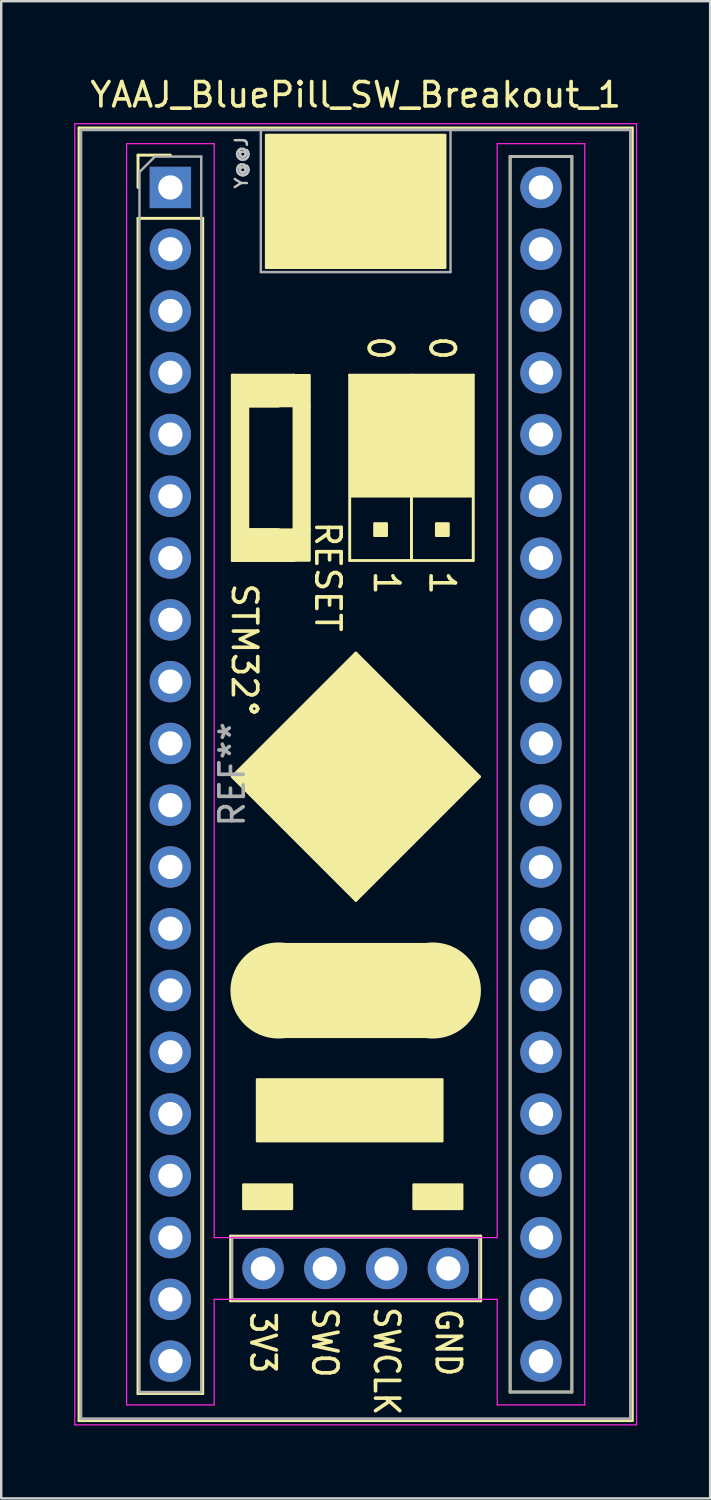
<source format=kicad_pcb>
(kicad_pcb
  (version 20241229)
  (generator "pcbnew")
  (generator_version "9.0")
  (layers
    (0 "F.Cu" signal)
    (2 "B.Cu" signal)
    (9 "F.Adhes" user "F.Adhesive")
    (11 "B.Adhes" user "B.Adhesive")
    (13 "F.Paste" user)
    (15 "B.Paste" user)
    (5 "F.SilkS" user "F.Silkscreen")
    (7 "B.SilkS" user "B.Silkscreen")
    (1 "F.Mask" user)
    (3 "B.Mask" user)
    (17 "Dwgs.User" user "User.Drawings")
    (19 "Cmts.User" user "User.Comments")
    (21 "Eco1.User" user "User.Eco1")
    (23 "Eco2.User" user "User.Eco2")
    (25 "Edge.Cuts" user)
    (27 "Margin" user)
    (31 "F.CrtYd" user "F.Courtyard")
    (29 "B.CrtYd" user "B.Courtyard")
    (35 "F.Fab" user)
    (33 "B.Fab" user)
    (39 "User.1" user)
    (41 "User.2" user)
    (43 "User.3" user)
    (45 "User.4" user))
  (footprint "YAAJ_BluePill_SW_Breakout_1"
    (layer "F.Cu")
    (at 3.955 4.658)
    (property "Reference" "YAAJ_BluePill_SW_Breakout_1" (at 7.62 -3.81 0) (layer "F.SilkS") (effects (font (size 1 1) (thickness 0.15))))
    (attr through_hole)
    (fp_line (start -3.755 -2.445) (end 18.995 -2.445) (stroke (width 0.12) (type solid)) (layer "F.SilkS"))
    (fp_line (start -3.755 50.705) (end -3.755 -2.445) (stroke (width 0.12) (type solid)) (layer "F.SilkS"))
    (fp_line (start -1.33 -1.33) (end 0 -1.33) (stroke (width 0.12) (type solid)) (layer "F.SilkS"))
    (fp_line (start -1.33 0) (end -1.33 -1.33) (stroke (width 0.12) (type solid)) (layer "F.SilkS"))
    (fp_line (start -1.33 1.27) (end 1.33 1.27) (stroke (width 0.12) (type solid)) (layer "F.SilkS"))
    (fp_line (start -1.33 49.59) (end -1.33 1.27) (stroke (width 0.12) (type solid)) (layer "F.SilkS"))
    (fp_line (start 1.33 1.27) (end 1.33 49.59) (stroke (width 0.12) (type solid)) (layer "F.SilkS"))
    (fp_line (start 1.33 49.59) (end -1.33 49.59) (stroke (width 0.12) (type solid)) (layer "F.SilkS"))
    (fp_line (start 2.48 43.12) (end 2.48 45.78) (stroke (width 0.12) (type solid)) (layer "F.SilkS"))
    (fp_line (start 2.48 45.78) (end 12.76 45.78) (stroke (width 0.12) (type solid)) (layer "F.SilkS"))
    (fp_line (start 2.548 7.719) (end 5.088 7.719) (stroke (width 0.12) (type solid)) (layer "F.SilkS"))
    (fp_line (start 2.548 15.339) (end 2.548 7.719) (stroke (width 0.12) (type solid)) (layer "F.SilkS"))
    (fp_line (start 2.548 24.229) (end 7.628 19.149) (stroke (width 0.12) (type solid)) (layer "F.SilkS"))
    (fp_line (start 3.183 8.989) (end 4.453 8.989) (stroke (width 0.12) (type solid)) (layer "F.SilkS"))
    (fp_line (start 3.183 14.069) (end 3.183 8.989) (stroke (width 0.12) (type solid)) (layer "F.SilkS"))
    (fp_line (start 4.135 2.004) (end 11.12 2.004) (stroke (width 0.12) (type solid)) (layer "F.SilkS"))
    (fp_line (start 4.453 14.069) (end 3.183 14.069) (stroke (width 0.12) (type solid)) (layer "F.SilkS"))
    (fp_line (start 5.088 7.719) (end 5.088 15.339) (stroke (width 0.12) (type solid)) (layer "F.SilkS"))
    (fp_line (start 5.088 15.339) (end 2.548 15.339) (stroke (width 0.12) (type solid)) (layer "F.SilkS"))
    (fp_line (start 7.374 7.719) (end 7.374 15.339) (stroke (width 0.12) (type solid)) (layer "F.SilkS"))
    (fp_line (start 7.374 15.339) (end 12.454 15.339) (stroke (width 0.12) (type solid)) (layer "F.SilkS"))
    (fp_line (start 7.628 19.149) (end 12.708 24.229) (stroke (width 0.12) (type solid)) (layer "F.SilkS"))
    (fp_line (start 7.628 29.309) (end 2.548 24.229) (stroke (width 0.12) (type solid)) (layer "F.SilkS"))
    (fp_line (start 9.914 7.719) (end 9.914 15.339) (stroke (width 0.12) (type solid)) (layer "F.SilkS"))
    (fp_line (start 12.454 7.719) (end 7.374 7.719) (stroke (width 0.12) (type solid)) (layer "F.SilkS"))
    (fp_line (start 12.454 15.339) (end 12.454 7.719) (stroke (width 0.12) (type solid)) (layer "F.SilkS"))
    (fp_line (start 12.708 24.229) (end 7.628 29.309) (stroke (width 0.12) (type solid)) (layer "F.SilkS"))
    (fp_line (start 12.76 43.12) (end 2.48 43.12) (stroke (width 0.12) (type solid)) (layer "F.SilkS"))
    (fp_line (start 12.76 45.78) (end 12.76 43.12) (stroke (width 0.12) (type solid)) (layer "F.SilkS"))
    (fp_line (start 13.97 -1.27) (end 16.51 -1.27) (stroke (width 0.12) (type solid)) (layer "F.SilkS"))
    (fp_line (start 13.97 49.53) (end 13.97 -1.27) (stroke (width 0.12) (type solid)) (layer "F.SilkS"))
    (fp_line (start 16.51 -1.27) (end 16.51 49.53) (stroke (width 0.12) (type solid)) (layer "F.SilkS"))
    (fp_line (start 16.51 49.53) (end 13.97 49.53) (stroke (width 0.12) (type solid)) (layer "F.SilkS"))
    (fp_line (start 18.995 -2.445) (end 18.995 50.705) (stroke (width 0.12) (type solid)) (layer "F.SilkS"))
    (fp_line (start 18.995 50.705) (end -3.755 50.705) (stroke (width 0.12) (type solid)) (layer "F.SilkS"))
    (fp_circle (center 4.445 33.02) (end 4.445 34.02) (stroke (width 1.95) (type solid)) (fill no) (layer "F.SilkS"))
    (fp_circle (center 10.795 33.02) (end 10.795 34.02) (stroke (width 1.95) (type solid)) (fill no) (layer "F.SilkS"))
    (fp_poly (pts (xy 2.548 7.719) (xy 5.723 7.719) (xy 5.723 8.989) (xy 2.548 8.989)) (stroke (width 0.1) (type solid)) (fill yes) (layer "F.SilkS"))
    (fp_poly (pts (xy 2.548 8.989) (xy 3.183 8.989) (xy 3.183 14.069) (xy 2.548 14.069)) (stroke (width 0.1) (type solid)) (fill yes) (layer "F.SilkS"))
    (fp_poly (pts (xy 2.548 14.069) (xy 5.723 14.069) (xy 5.723 15.339) (xy 2.548 15.339)) (stroke (width 0.1) (type solid)) (fill yes) (layer "F.SilkS"))
    (fp_poly (pts (xy 3.564 36.675) (xy 11.184 36.675) (xy 11.184 39.215) (xy 3.564 39.215)) (stroke (width 0.1) (type solid)) (fill yes) (layer "F.SilkS"))
    (fp_poly (pts (xy 3.937 -2.159) (xy 3.937 3.302) (xy 11.303 3.302) (xy 11.303 -2.159)) (stroke (width 0.1) (type solid)) (fill yes) (layer "F.SilkS"))
    (fp_poly (pts (xy 5 42) (xy 5 41) (xy 3 41) (xy 3 42)) (stroke (width 0.1) (type solid)) (fill yes) (layer "F.SilkS"))
    (fp_poly (pts (xy 5.088 8.989) (xy 5.723 8.989) (xy 5.723 14.069) (xy 5.088 14.069)) (stroke (width 0.1) (type solid)) (fill yes) (layer "F.SilkS"))
    (fp_poly (pts (xy 7.628 19.149) (xy 2.548 24.229) (xy 7.628 29.309) (xy 12.708 24.229)) (stroke (width 0.1) (type solid)) (fill yes) (layer "F.SilkS"))
    (fp_poly (pts (xy 8.39 8.735) (xy 8.898 8.735) (xy 8.898 9.243) (xy 8.39 9.243)) (stroke (width 0.1) (type solid)) (fill yes) (layer "F.SilkS"))
    (fp_poly (pts (xy 8.39 11.275) (xy 8.898 11.275) (xy 8.898 11.783) (xy 8.39 11.783)) (stroke (width 0.1) (type solid)) (fill yes) (layer "F.SilkS"))
    (fp_poly (pts (xy 8.39 13.815) (xy 8.39 14.323) (xy 8.898 14.323) (xy 8.898 13.815)) (stroke (width 0.1) (type solid)) (fill yes) (layer "F.SilkS"))
    (fp_poly (pts (xy 10.795 31.115) (xy 10.795 34.925) (xy 4.445 34.925) (xy 4.445 31.115)) (stroke (width 0.1) (type solid)) (fill yes) (layer "F.SilkS"))
    (fp_poly (pts (xy 10.93 8.735) (xy 10.93 9.243) (xy 11.438 9.243) (xy 11.438 8.735)) (stroke (width 0.1) (type solid)) (fill yes) (layer "F.SilkS"))
    (fp_poly (pts (xy 10.93 11.275) (xy 11.438 11.275) (xy 11.438 11.783) (xy 10.93 11.783)) (stroke (width 0.1) (type solid)) (fill yes) (layer "F.SilkS"))
    (fp_poly (pts (xy 10.93 13.815) (xy 11.438 13.815) (xy 11.438 14.323) (xy 10.93 14.323)) (stroke (width 0.1) (type solid)) (fill yes) (layer "F.SilkS"))
    (fp_poly (pts (xy 12 41) (xy 10 41) (xy 10 42) (xy 12 42)) (stroke (width 0.1) (type solid)) (fill yes) (layer "F.SilkS"))
    (fp_poly (pts (xy 12.4 7.8) (xy 12.4 12.7) (xy 7.4 12.7) (xy 7.4 7.8)) (stroke (width 0.1) (type solid)) (fill yes) (layer "F.SilkS"))
    (fp_line (start -3.93 -2.62) (end 19.17 -2.62) (stroke (width 0.05) (type solid)) (layer "F.CrtYd"))
    (fp_line (start -3.93 50.88) (end -3.93 -2.62) (stroke (width 0.05) (type solid)) (layer "F.CrtYd"))
    (fp_line (start -1.8 -1.8) (end -1.8 50.06) (stroke (width 0.05) (type solid)) (layer "F.CrtYd"))
    (fp_line (start -1.8 50.06) (end 1.8 50.06) (stroke (width 0.05) (type solid)) (layer "F.CrtYd"))
    (fp_line (start 1.8 -1.8) (end -1.8 -1.8) (stroke (width 0.05) (type solid)) (layer "F.CrtYd"))
    (fp_line (start 1.8 -1.8) (end 1.8 43.18) (stroke (width 0.05) (type solid)) (layer "F.CrtYd"))
    (fp_line (start 1.8 43.18) (end 13.44 43.18) (stroke (width 0.05) (type solid)) (layer "F.CrtYd"))
    (fp_line (start 1.8 45.72) (end 1.8 50.06) (stroke (width 0.05) (type solid)) (layer "F.CrtYd"))
    (fp_line (start 13.44 -1.8) (end 13.44 43.18) (stroke (width 0.05) (type solid)) (layer "F.CrtYd"))
    (fp_line (start 13.44 -1.8) (end 17.04 -1.8) (stroke (width 0.05) (type solid)) (layer "F.CrtYd"))
    (fp_line (start 13.44 45.72) (end 1.8 45.72) (stroke (width 0.05) (type solid)) (layer "F.CrtYd"))
    (fp_line (start 13.44 45.72) (end 13.44 50.06) (stroke (width 0.05) (type solid)) (layer "F.CrtYd"))
    (fp_line (start 17.04 -1.8) (end 17.04 50.06) (stroke (width 0.05) (type solid)) (layer "F.CrtYd"))
    (fp_line (start 17.04 50.06) (end 13.44 50.06) (stroke (width 0.05) (type solid)) (layer "F.CrtYd"))
    (fp_line (start 19.17 -2.62) (end 19.17 50.88) (stroke (width 0.05) (type solid)) (layer "F.CrtYd"))
    (fp_line (start 19.17 50.88) (end -3.93 50.88) (stroke (width 0.05) (type solid)) (layer "F.CrtYd"))
    (fp_line (start -3.68 -2.37) (end 18.92 -2.37) (stroke (width 0.12) (type solid)) (layer "F.Fab"))
    (fp_line (start -3.68 50.63) (end -3.68 -2.32) (stroke (width 0.12) (type solid)) (layer "F.Fab"))
    (fp_line (start -3.68 50.63) (end 18.92 50.63) (stroke (width 0.12) (type solid)) (layer "F.Fab"))
    (fp_line (start -1.27 -0.635) (end -0.635 -1.27) (stroke (width 0.1) (type solid)) (layer "F.Fab"))
    (fp_line (start -1.27 49.53) (end -1.27 -0.635) (stroke (width 0.1) (type solid)) (layer "F.Fab"))
    (fp_line (start -0.635 -1.27) (end 1.27 -1.27) (stroke (width 0.1) (type solid)) (layer "F.Fab"))
    (fp_line (start 1.27 -1.27) (end 1.27 49.53) (stroke (width 0.1) (type solid)) (layer "F.Fab"))
    (fp_line (start 1.27 49.53) (end -1.27 49.53) (stroke (width 0.1) (type solid)) (layer "F.Fab"))
    (fp_line (start 2.54 43.18) (end 12.7 43.18) (stroke (width 0.1) (type solid)) (layer "F.Fab"))
    (fp_line (start 2.54 45.72) (end 2.54 43.18) (stroke (width 0.1) (type solid)) (layer "F.Fab"))
    (fp_line (start 3.72 3.48) (end 3.72 -2.32) (stroke (width 0.1) (type solid)) (layer "F.Fab"))
    (fp_line (start 3.72 3.48) (end 11.52 3.48) (stroke (width 0.1) (type solid)) (layer "F.Fab"))
    (fp_line (start 11.52 3.48) (end 11.52 -2.32) (stroke (width 0.1) (type solid)) (layer "F.Fab"))
    (fp_line (start 12.7 43.18) (end 12.7 45.72) (stroke (width 0.1) (type solid)) (layer "F.Fab"))
    (fp_line (start 12.7 45.72) (end 2.54 45.72) (stroke (width 0.1) (type solid)) (layer "F.Fab"))
    (fp_line (start 13.97 -1.27) (end 16.51 -1.27) (stroke (width 0.1) (type solid)) (layer "F.Fab"))
    (fp_line (start 13.97 49.53) (end 13.97 -1.27) (stroke (width 0.1) (type solid)) (layer "F.Fab"))
    (fp_line (start 16.51 -1.27) (end 16.51 49.53) (stroke (width 0.1) (type solid)) (layer "F.Fab"))
    (fp_line (start 16.51 49.53) (end 13.97 49.53) (stroke (width 0.1) (type solid)) (layer "F.Fab"))
    (fp_line (start 18.92 -2.37) (end 18.92 50.63) (stroke (width 0.12) (type solid)) (layer "F.Fab"))
    (fp_text user "1" (at 8.89 16.256 270) (unlocked yes) (layer "F.SilkS") (effects (font (size 1 1) (thickness 0.15))))
    (fp_text user "RESET" (at 6.477 16.002 270) (unlocked yes) (layer "F.SilkS") (effects (font (size 1 1) (thickness 0.15))))
    (fp_text user "SWO" (at 6.35 47.498 270) (unlocked yes) (layer "F.SilkS") (effects (font (size 1 0.9) (thickness 0.15))))
    (fp_text user "3V3" (at 3.81 47.498 270) (unlocked yes) (layer "F.SilkS") (effects (font (size 1 0.9) (thickness 0.15))))
    (fp_text user "STM32°" (at 3.048 19.05 270) (unlocked yes) (layer "F.SilkS") (effects (font (size 1 1) (thickness 0.15))))
    (fp_text user "1" (at 11.176 16.256 270) (unlocked yes) (layer "F.SilkS") (effects (font (size 1 1) (thickness 0.15))))
    (fp_text user "0" (at 8.636 6.604 270) (unlocked yes) (layer "F.SilkS") (effects (font (size 1 1) (thickness 0.15))))
    (fp_text user "GND" (at 11.43 47.498 270) (unlocked yes) (layer "F.SilkS") (effects (font (size 1 0.9) (thickness 0.15))))
    (fp_text user "SWCLK" (at 8.89 48.26 270) (unlocked yes) (layer "F.SilkS") (effects (font (size 1 0.9) (thickness 0.15))))
    (fp_text user "0" (at 11.176 6.604 270) (unlocked yes) (layer "F.SilkS") (effects (font (size 1 1) (thickness 0.15))))
    (fp_text user "Y@@J" (at 2.921 -1.016 90) (unlocked yes) (layer "Dwgs.User") (effects (font (size 0.5 0.5) (thickness 0.1))))
    (fp_text user "REF**" (at 2.54 24.13 90) (layer "F.Fab") (effects (font (size 1 1) (thickness 0.15))))
    (pad "1" thru_hole rect (at 0 0) (size 1.7 1.7) (drill 1) (layers "*.Cu" "*.Mask"))
    (pad "2" thru_hole circle (at 0 2.54) (size 1.7 1.7) (drill 1) (layers "*.Cu" "*.Mask"))
    (pad "3" thru_hole circle (at 0 5.08) (size 1.7 1.7) (drill 1) (layers "*.Cu" "*.Mask"))
    (pad "4" thru_hole circle (at 0 7.62) (size 1.7 1.7) (drill 1) (layers "*.Cu" "*.Mask"))
    (pad "5" thru_hole circle (at 0 10.16) (size 1.7 1.7) (drill 1) (layers "*.Cu" "*.Mask"))
    (pad "6" thru_hole circle (at 0 12.7) (size 1.7 1.7) (drill 1) (layers "*.Cu" "*.Mask"))
    (pad "7" thru_hole circle (at 0 15.24) (size 1.7 1.7) (drill 1) (layers "*.Cu" "*.Mask"))
    (pad "8" thru_hole circle (at 0 17.78) (size 1.7 1.7) (drill 1) (layers "*.Cu" "*.Mask"))
    (pad "9" thru_hole circle (at 0 20.32) (size 1.7 1.7) (drill 1) (layers "*.Cu" "*.Mask"))
    (pad "10" thru_hole circle (at 0 22.86) (size 1.7 1.7) (drill 1) (layers "*.Cu" "*.Mask"))
    (pad "11" thru_hole circle (at 0 25.4) (size 1.7 1.7) (drill 1) (layers "*.Cu" "*.Mask"))
    (pad "12" thru_hole circle (at 0 27.94) (size 1.7 1.7) (drill 1) (layers "*.Cu" "*.Mask"))
    (pad "13" thru_hole circle (at 0 30.48) (size 1.7 1.7) (drill 1) (layers "*.Cu" "*.Mask"))
    (pad "14" thru_hole circle (at 0 33.02) (size 1.7 1.7) (drill 1) (layers "*.Cu" "*.Mask"))
    (pad "15" thru_hole circle (at 0 35.56) (size 1.7 1.7) (drill 1) (layers "*.Cu" "*.Mask"))
    (pad "16" thru_hole circle (at 0 38.1) (size 1.7 1.7) (drill 1) (layers "*.Cu" "*.Mask"))
    (pad "17" thru_hole circle (at 0 40.64) (size 1.7 1.7) (drill 1) (layers "*.Cu" "*.Mask"))
    (pad "18" thru_hole circle (at 0 43.18) (size 1.7 1.7) (drill 1) (layers "*.Cu" "*.Mask"))
    (pad "19" thru_hole circle (at 0 45.72) (size 1.7 1.7) (drill 1) (layers "*.Cu" "*.Mask"))
    (pad "20" thru_hole circle (at 0 48.26) (size 1.7 1.7) (drill 1) (layers "*.Cu" "*.Mask"))
    (pad "21" thru_hole circle (at 15.24 48.26) (size 1.7 1.7) (drill 1) (layers "*.Cu" "*.Mask"))
    (pad "22" thru_hole circle (at 15.24 45.72) (size 1.7 1.7) (drill 1) (layers "*.Cu" "*.Mask"))
    (pad "23" thru_hole circle (at 15.24 43.18) (size 1.7 1.7) (drill 1) (layers "*.Cu" "*.Mask"))
    (pad "24" thru_hole circle (at 15.24 40.64) (size 1.7 1.7) (drill 1) (layers "*.Cu" "*.Mask"))
    (pad "25" thru_hole circle (at 15.24 38.1) (size 1.7 1.7) (drill 1) (layers "*.Cu" "*.Mask"))
    (pad "26" thru_hole circle (at 15.24 35.56) (size 1.7 1.7) (drill 1) (layers "*.Cu" "*.Mask"))
    (pad "27" thru_hole circle (at 15.24 33.02) (size 1.7 1.7) (drill 1) (layers "*.Cu" "*.Mask"))
    (pad "28" thru_hole circle (at 15.24 30.48) (size 1.7 1.7) (drill 1) (layers "*.Cu" "*.Mask"))
    (pad "29" thru_hole circle (at 15.24 27.94) (size 1.7 1.7) (drill 1) (layers "*.Cu" "*.Mask"))
    (pad "30" thru_hole circle (at 15.24 25.4) (size 1.7 1.7) (drill 1) (layers "*.Cu" "*.Mask"))
    (pad "31" thru_hole circle (at 15.24 22.86) (size 1.7 1.7) (drill 1) (layers "*.Cu" "*.Mask"))
    (pad "32" thru_hole circle (at 15.24 20.32) (size 1.7 1.7) (drill 1) (layers "*.Cu" "*.Mask"))
    (pad "33" thru_hole circle (at 15.24 17.78) (size 1.7 1.7) (drill 1) (layers "*.Cu" "*.Mask"))
    (pad "34" thru_hole circle (at 15.24 15.24) (size 1.7 1.7) (drill 1) (layers "*.Cu" "*.Mask"))
    (pad "35" thru_hole circle (at 15.24 12.7) (size 1.7 1.7) (drill 1) (layers "*.Cu" "*.Mask"))
    (pad "36" thru_hole circle (at 15.24 10.16) (size 1.7 1.7) (drill 1) (layers "*.Cu" "*.Mask"))
    (pad "37" thru_hole circle (at 15.24 7.62) (size 1.7 1.7) (drill 1) (layers "*.Cu" "*.Mask"))
    (pad "38" thru_hole circle (at 15.24 5.08) (size 1.7 1.7) (drill 1) (layers "*.Cu" "*.Mask"))
    (pad "39" thru_hole circle (at 15.24 2.54) (size 1.7 1.7) (drill 1) (layers "*.Cu" "*.Mask"))
    (pad "40" thru_hole circle (at 15.24 0) (size 1.7 1.7) (drill 1) (layers "*.Cu" "*.Mask"))
    (pad "41" thru_hole circle (at 11.43 44.45) (size 1.7 1.7) (drill 1) (layers "*.Cu" "*.Mask"))
    (pad "42" thru_hole circle (at 8.89 44.45) (size 1.7 1.7) (drill 1) (layers "*.Cu" "*.Mask"))
    (pad "43" thru_hole circle (at 6.35 44.45) (size 1.7 1.7) (drill 1) (layers "*.Cu" "*.Mask"))
    (pad "44" thru_hole circle (at 3.81 44.45) (size 1.7 1.7) (drill 1) (layers "*.Cu" "*.Mask")))
  (gr_rect
    (start -3 -3)
    (end 26.15 58.563)
    (stroke (width 0.1) (type default))
    (fill no)
    (layer "Edge.Cuts")))
</source>
